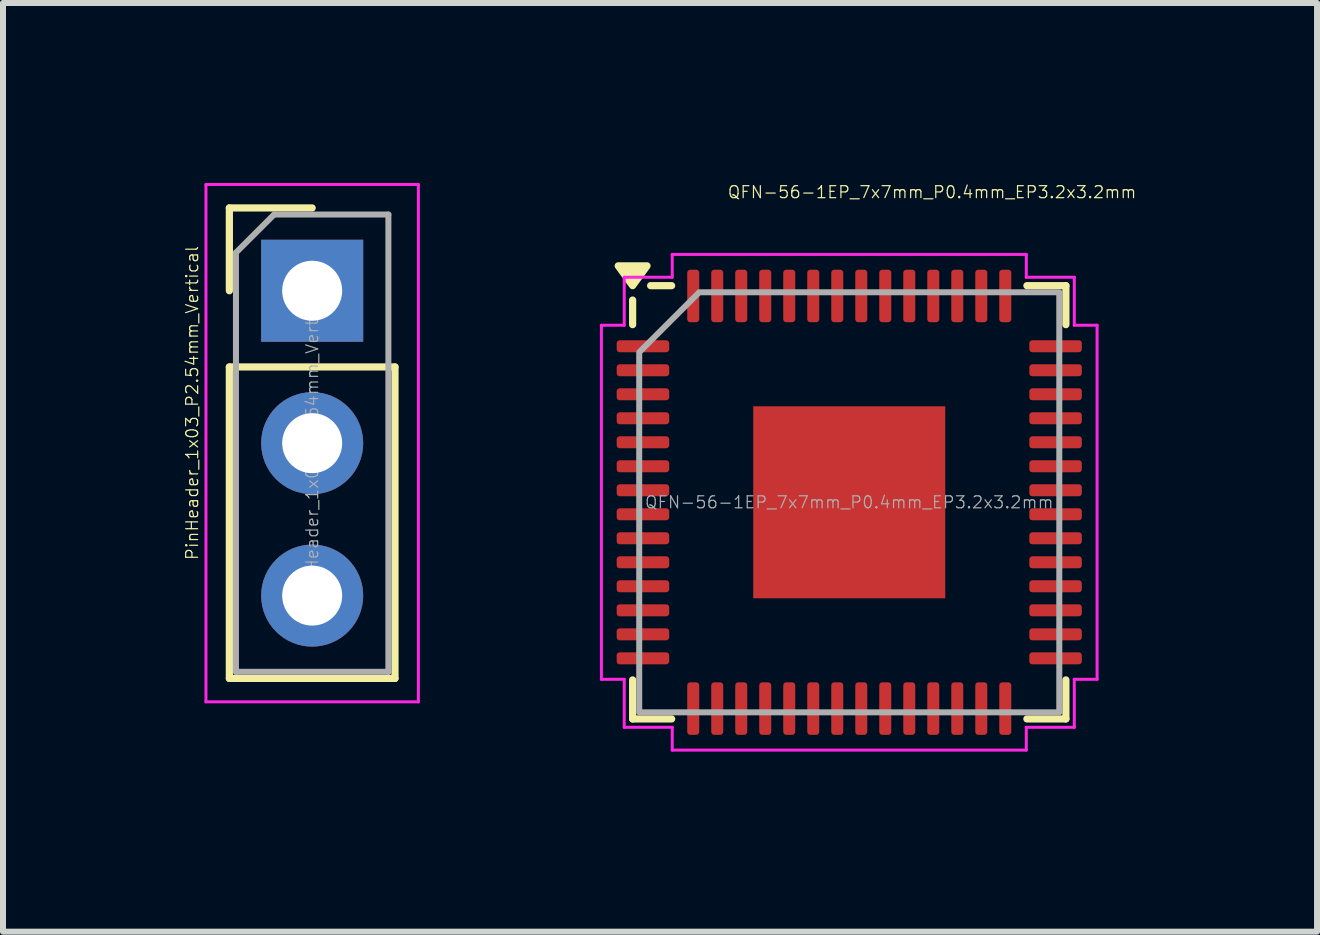
<source format=kicad_pcb>
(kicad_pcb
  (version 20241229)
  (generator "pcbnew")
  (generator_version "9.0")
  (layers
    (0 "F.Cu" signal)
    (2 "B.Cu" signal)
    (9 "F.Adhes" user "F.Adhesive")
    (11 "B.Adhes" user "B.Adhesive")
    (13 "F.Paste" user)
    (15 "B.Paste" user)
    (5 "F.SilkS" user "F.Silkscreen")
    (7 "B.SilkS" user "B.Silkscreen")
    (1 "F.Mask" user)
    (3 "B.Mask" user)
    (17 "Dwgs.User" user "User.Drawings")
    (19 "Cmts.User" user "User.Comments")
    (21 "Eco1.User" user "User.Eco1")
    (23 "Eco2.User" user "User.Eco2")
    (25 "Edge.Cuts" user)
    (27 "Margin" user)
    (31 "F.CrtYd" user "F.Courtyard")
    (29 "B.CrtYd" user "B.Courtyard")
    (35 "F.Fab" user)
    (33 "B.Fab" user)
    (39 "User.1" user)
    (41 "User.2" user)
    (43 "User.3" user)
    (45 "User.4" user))
  (footprint "PinHeader_1x03_P2.54mm_Vertical"
    (layer "F.Cu")
    (at 2.152 1.795)
    (property "Reference" "PinHeader_1x03_P2.54mm_Vertical" (at -2 1.87 270) (layer "F.SilkS") (effects (font (size 0.2 0.2) (thickness 0.02))))
    (attr through_hole)
    (fp_line (start -1.38 -1.38) (end 0 -1.38) (stroke (width 0.12) (type solid)) (layer "F.SilkS"))
    (fp_line (start -1.38 0) (end -1.38 -1.38) (stroke (width 0.12) (type solid)) (layer "F.SilkS"))
    (fp_line (start -1.38 1.27) (end -1.38 6.46) (stroke (width 0.12) (type solid)) (layer "F.SilkS"))
    (fp_line (start -1.38 1.27) (end 1.38 1.27) (stroke (width 0.12) (type solid)) (layer "F.SilkS"))
    (fp_line (start -1.38 6.46) (end 1.38 6.46) (stroke (width 0.12) (type solid)) (layer "F.SilkS"))
    (fp_line (start 1.38 1.27) (end 1.38 6.46) (stroke (width 0.12) (type solid)) (layer "F.SilkS"))
    (fp_line (start -1.77 -1.77) (end -1.77 6.85) (stroke (width 0.05) (type solid)) (layer "F.CrtYd"))
    (fp_line (start -1.77 6.85) (end 1.77 6.85) (stroke (width 0.05) (type solid)) (layer "F.CrtYd"))
    (fp_line (start 1.77 -1.77) (end -1.77 -1.77) (stroke (width 0.05) (type solid)) (layer "F.CrtYd"))
    (fp_line (start 1.77 6.85) (end 1.77 -1.77) (stroke (width 0.05) (type solid)) (layer "F.CrtYd"))
    (fp_line (start -1.27 -0.635) (end -0.635 -1.27) (stroke (width 0.1) (type solid)) (layer "F.Fab"))
    (fp_line (start -1.27 6.35) (end -1.27 -0.635) (stroke (width 0.1) (type solid)) (layer "F.Fab"))
    (fp_line (start -0.635 -1.27) (end 1.27 -1.27) (stroke (width 0.1) (type solid)) (layer "F.Fab"))
    (fp_line (start 1.27 -1.27) (end 1.27 6.35) (stroke (width 0.1) (type solid)) (layer "F.Fab"))
    (fp_line (start 1.27 6.35) (end -1.27 6.35) (stroke (width 0.1) (type solid)) (layer "F.Fab"))
    (fp_text user "${REFERENCE}" (at 0 2.54 90) (layer "F.Fab") (effects (font (size 0.2 0.2) (thickness 0.02))))
    (pad "1" thru_hole rect (at 0 0) (size 1.7 1.7) (drill 1) (layers "*.Cu" "*.Mask"))
    (pad "2" thru_hole circle (at 0 2.54) (size 1.7 1.7) (drill 1) (layers "*.Cu" "*.Mask"))
    (pad "3" thru_hole circle (at 0 5.08) (size 1.7 1.7) (drill 1) (layers "*.Cu" "*.Mask")))
  (footprint "QFN-56-1EP_7x7mm_P0.4mm_EP3.2x3.2mm"
    (layer "F.Cu")
    (at 11.102 5.32)
    (property "Reference" "QFN-56-1EP_7x7mm_P0.4mm_EP3.2x3.2mm" (at 1.38 -5.168 180) (layer "F.SilkS") (effects (font (size 0.2 0.2) (thickness 0.02))))
    (attr smd)
    (fp_line (start -3.61 -2.96) (end -3.61 -3.37) (stroke (width 0.12) (type solid)) (layer "F.SilkS"))
    (fp_line (start -3.61 3.61) (end -3.61 2.96) (stroke (width 0.12) (type solid)) (layer "F.SilkS"))
    (fp_line (start -2.96 -3.61) (end -3.31 -3.61) (stroke (width 0.12) (type solid)) (layer "F.SilkS"))
    (fp_line (start -2.96 3.61) (end -3.61 3.61) (stroke (width 0.12) (type solid)) (layer "F.SilkS"))
    (fp_line (start 2.96 -3.61) (end 3.61 -3.61) (stroke (width 0.12) (type solid)) (layer "F.SilkS"))
    (fp_line (start 2.96 3.61) (end 3.61 3.61) (stroke (width 0.12) (type solid)) (layer "F.SilkS"))
    (fp_line (start 3.61 -3.61) (end 3.61 -2.96) (stroke (width 0.12) (type solid)) (layer "F.SilkS"))
    (fp_line (start 3.61 3.61) (end 3.61 2.96) (stroke (width 0.12) (type solid)) (layer "F.SilkS"))
    (fp_poly (pts (xy -3.61 -3.61) (xy -3.85 -3.94) (xy -3.37 -3.94)) (stroke (width 0.12) (type solid)) (fill yes) (layer "F.SilkS"))
    (fp_line (start -4.13 -2.95) (end -3.75 -2.95) (stroke (width 0.05) (type solid)) (layer "F.CrtYd"))
    (fp_line (start -4.13 2.95) (end -4.13 -2.95) (stroke (width 0.05) (type solid)) (layer "F.CrtYd"))
    (fp_line (start -3.75 -3.75) (end -2.95 -3.75) (stroke (width 0.05) (type solid)) (layer "F.CrtYd"))
    (fp_line (start -3.75 -2.95) (end -3.75 -3.75) (stroke (width 0.05) (type solid)) (layer "F.CrtYd"))
    (fp_line (start -3.75 2.95) (end -4.13 2.95) (stroke (width 0.05) (type solid)) (layer "F.CrtYd"))
    (fp_line (start -3.75 3.75) (end -3.75 2.95) (stroke (width 0.05) (type solid)) (layer "F.CrtYd"))
    (fp_line (start -2.95 -4.13) (end 2.95 -4.13) (stroke (width 0.05) (type solid)) (layer "F.CrtYd"))
    (fp_line (start -2.95 -3.75) (end -2.95 -4.13) (stroke (width 0.05) (type solid)) (layer "F.CrtYd"))
    (fp_line (start -2.95 3.75) (end -3.75 3.75) (stroke (width 0.05) (type solid)) (layer "F.CrtYd"))
    (fp_line (start -2.95 4.13) (end -2.95 3.75) (stroke (width 0.05) (type solid)) (layer "F.CrtYd"))
    (fp_line (start 2.95 -4.13) (end 2.95 -3.75) (stroke (width 0.05) (type solid)) (layer "F.CrtYd"))
    (fp_line (start 2.95 -3.75) (end 3.75 -3.75) (stroke (width 0.05) (type solid)) (layer "F.CrtYd"))
    (fp_line (start 2.95 3.75) (end 2.95 4.13) (stroke (width 0.05) (type solid)) (layer "F.CrtYd"))
    (fp_line (start 2.95 4.13) (end -2.95 4.13) (stroke (width 0.05) (type solid)) (layer "F.CrtYd"))
    (fp_line (start 3.75 -3.75) (end 3.75 -2.95) (stroke (width 0.05) (type solid)) (layer "F.CrtYd"))
    (fp_line (start 3.75 -2.95) (end 4.13 -2.95) (stroke (width 0.05) (type solid)) (layer "F.CrtYd"))
    (fp_line (start 3.75 2.95) (end 3.75 3.75) (stroke (width 0.05) (type solid)) (layer "F.CrtYd"))
    (fp_line (start 3.75 3.75) (end 2.95 3.75) (stroke (width 0.05) (type solid)) (layer "F.CrtYd"))
    (fp_line (start 4.13 -2.95) (end 4.13 2.95) (stroke (width 0.05) (type solid)) (layer "F.CrtYd"))
    (fp_line (start 4.13 2.95) (end 3.75 2.95) (stroke (width 0.05) (type solid)) (layer "F.CrtYd"))
    (fp_poly (pts (xy -3.5 -2.5) (xy -3.5 3.5) (xy 3.5 3.5) (xy 3.5 -3.5) (xy -2.5 -3.5)) (stroke (width 0.1) (type solid)) (fill no) (layer "F.Fab"))
    (fp_text user "${REFERENCE}" (at 0 0 180) (layer "F.Fab") (effects (font (size 0.2 0.2) (thickness 0.02))))
    (pad "" smd roundrect (at -0.8 -0.8) (size 1.29 1.29) (layers "F.Paste") (roundrect_rratio 0.194))
    (pad "" smd roundrect (at -0.8 0.8) (size 1.29 1.29) (layers "F.Paste") (roundrect_rratio 0.194))
    (pad "" smd roundrect (at 0.8 -0.8) (size 1.29 1.29) (layers "F.Paste") (roundrect_rratio 0.194))
    (pad "" smd roundrect (at 0.8 0.8) (size 1.29 1.29) (layers "F.Paste") (roundrect_rratio 0.194))
    (pad "1" smd roundrect (at -3.438 -2.6) (size 0.875 0.2) (layers "F.Cu" "F.Mask" "F.Paste") (roundrect_rratio 0.25))
    (pad "2" smd roundrect (at -3.438 -2.2) (size 0.875 0.2) (layers "F.Cu" "F.Mask" "F.Paste") (roundrect_rratio 0.25))
    (pad "3" smd roundrect (at -3.438 -1.8) (size 0.875 0.2) (layers "F.Cu" "F.Mask" "F.Paste") (roundrect_rratio 0.25))
    (pad "4" smd roundrect (at -3.438 -1.4) (size 0.875 0.2) (layers "F.Cu" "F.Mask" "F.Paste") (roundrect_rratio 0.25))
    (pad "5" smd roundrect (at -3.438 -1) (size 0.875 0.2) (layers "F.Cu" "F.Mask" "F.Paste") (roundrect_rratio 0.25))
    (pad "6" smd roundrect (at -3.438 -0.6) (size 0.875 0.2) (layers "F.Cu" "F.Mask" "F.Paste") (roundrect_rratio 0.25))
    (pad "7" smd roundrect (at -3.438 -0.2) (size 0.875 0.2) (layers "F.Cu" "F.Mask" "F.Paste") (roundrect_rratio 0.25))
    (pad "8" smd roundrect (at -3.438 0.2) (size 0.875 0.2) (layers "F.Cu" "F.Mask" "F.Paste") (roundrect_rratio 0.25))
    (pad "9" smd roundrect (at -3.438 0.6) (size 0.875 0.2) (layers "F.Cu" "F.Mask" "F.Paste") (roundrect_rratio 0.25))
    (pad "10" smd roundrect (at -3.438 1) (size 0.875 0.2) (layers "F.Cu" "F.Mask" "F.Paste") (roundrect_rratio 0.25))
    (pad "11" smd roundrect (at -3.438 1.4) (size 0.875 0.2) (layers "F.Cu" "F.Mask" "F.Paste") (roundrect_rratio 0.25))
    (pad "12" smd roundrect (at -3.438 1.8) (size 0.875 0.2) (layers "F.Cu" "F.Mask" "F.Paste") (roundrect_rratio 0.25))
    (pad "13" smd roundrect (at -3.438 2.2) (size 0.875 0.2) (layers "F.Cu" "F.Mask" "F.Paste") (roundrect_rratio 0.25))
    (pad "14" smd roundrect (at -3.438 2.6) (size 0.875 0.2) (layers "F.Cu" "F.Mask" "F.Paste") (roundrect_rratio 0.25))
    (pad "15" smd roundrect (at -2.6 3.438) (size 0.2 0.875) (layers "F.Cu" "F.Mask" "F.Paste") (roundrect_rratio 0.25))
    (pad "16" smd roundrect (at -2.2 3.438) (size 0.2 0.875) (layers "F.Cu" "F.Mask" "F.Paste") (roundrect_rratio 0.25))
    (pad "17" smd roundrect (at -1.8 3.438) (size 0.2 0.875) (layers "F.Cu" "F.Mask" "F.Paste") (roundrect_rratio 0.25))
    (pad "18" smd roundrect (at -1.4 3.438) (size 0.2 0.875) (layers "F.Cu" "F.Mask" "F.Paste") (roundrect_rratio 0.25))
    (pad "19" smd roundrect (at -1 3.438) (size 0.2 0.875) (layers "F.Cu" "F.Mask" "F.Paste") (roundrect_rratio 0.25))
    (pad "20" smd roundrect (at -0.6 3.438) (size 0.2 0.875) (layers "F.Cu" "F.Mask" "F.Paste") (roundrect_rratio 0.25))
    (pad "21" smd roundrect (at -0.2 3.438) (size 0.2 0.875) (layers "F.Cu" "F.Mask" "F.Paste") (roundrect_rratio 0.25))
    (pad "22" smd roundrect (at 0.2 3.438) (size 0.2 0.875) (layers "F.Cu" "F.Mask" "F.Paste") (roundrect_rratio 0.25))
    (pad "23" smd roundrect (at 0.6 3.438) (size 0.2 0.875) (layers "F.Cu" "F.Mask" "F.Paste") (roundrect_rratio 0.25))
    (pad "24" smd roundrect (at 1 3.438) (size 0.2 0.875) (layers "F.Cu" "F.Mask" "F.Paste") (roundrect_rratio 0.25))
    (pad "25" smd roundrect (at 1.4 3.438) (size 0.2 0.875) (layers "F.Cu" "F.Mask" "F.Paste") (roundrect_rratio 0.25))
    (pad "26" smd roundrect (at 1.8 3.438) (size 0.2 0.875) (layers "F.Cu" "F.Mask" "F.Paste") (roundrect_rratio 0.25))
    (pad "27" smd roundrect (at 2.2 3.438) (size 0.2 0.875) (layers "F.Cu" "F.Mask" "F.Paste") (roundrect_rratio 0.25))
    (pad "28" smd roundrect (at 2.6 3.438) (size 0.2 0.875) (layers "F.Cu" "F.Mask" "F.Paste") (roundrect_rratio 0.25))
    (pad "29" smd roundrect (at 3.438 2.6) (size 0.875 0.2) (layers "F.Cu" "F.Mask" "F.Paste") (roundrect_rratio 0.25))
    (pad "30" smd roundrect (at 3.438 2.2) (size 0.875 0.2) (layers "F.Cu" "F.Mask" "F.Paste") (roundrect_rratio 0.25))
    (pad "31" smd roundrect (at 3.438 1.8) (size 0.875 0.2) (layers "F.Cu" "F.Mask" "F.Paste") (roundrect_rratio 0.25))
    (pad "32" smd roundrect (at 3.438 1.4) (size 0.875 0.2) (layers "F.Cu" "F.Mask" "F.Paste") (roundrect_rratio 0.25))
    (pad "33" smd roundrect (at 3.438 1) (size 0.875 0.2) (layers "F.Cu" "F.Mask" "F.Paste") (roundrect_rratio 0.25))
    (pad "34" smd roundrect (at 3.438 0.6) (size 0.875 0.2) (layers "F.Cu" "F.Mask" "F.Paste") (roundrect_rratio 0.25))
    (pad "35" smd roundrect (at 3.438 0.2) (size 0.875 0.2) (layers "F.Cu" "F.Mask" "F.Paste") (roundrect_rratio 0.25))
    (pad "36" smd roundrect (at 3.438 -0.2) (size 0.875 0.2) (layers "F.Cu" "F.Mask" "F.Paste") (roundrect_rratio 0.25))
    (pad "37" smd roundrect (at 3.438 -0.6) (size 0.875 0.2) (layers "F.Cu" "F.Mask" "F.Paste") (roundrect_rratio 0.25))
    (pad "38" smd roundrect (at 3.438 -1) (size 0.875 0.2) (layers "F.Cu" "F.Mask" "F.Paste") (roundrect_rratio 0.25))
    (pad "39" smd roundrect (at 3.438 -1.4) (size 0.875 0.2) (layers "F.Cu" "F.Mask" "F.Paste") (roundrect_rratio 0.25))
    (pad "40" smd roundrect (at 3.438 -1.8) (size 0.875 0.2) (layers "F.Cu" "F.Mask" "F.Paste") (roundrect_rratio 0.25))
    (pad "41" smd roundrect (at 3.438 -2.2) (size 0.875 0.2) (layers "F.Cu" "F.Mask" "F.Paste") (roundrect_rratio 0.25))
    (pad "42" smd roundrect (at 3.438 -2.6) (size 0.875 0.2) (layers "F.Cu" "F.Mask" "F.Paste") (roundrect_rratio 0.25))
    (pad "43" smd roundrect (at 2.6 -3.438) (size 0.2 0.875) (layers "F.Cu" "F.Mask" "F.Paste") (roundrect_rratio 0.25))
    (pad "44" smd roundrect (at 2.2 -3.438) (size 0.2 0.875) (layers "F.Cu" "F.Mask" "F.Paste") (roundrect_rratio 0.25))
    (pad "45" smd roundrect (at 1.8 -3.438) (size 0.2 0.875) (layers "F.Cu" "F.Mask" "F.Paste") (roundrect_rratio 0.25))
    (pad "46" smd roundrect (at 1.4 -3.438) (size 0.2 0.875) (layers "F.Cu" "F.Mask" "F.Paste") (roundrect_rratio 0.25))
    (pad "47" smd roundrect (at 1 -3.438) (size 0.2 0.875) (layers "F.Cu" "F.Mask" "F.Paste") (roundrect_rratio 0.25))
    (pad "48" smd roundrect (at 0.6 -3.438) (size 0.2 0.875) (layers "F.Cu" "F.Mask" "F.Paste") (roundrect_rratio 0.25))
    (pad "49" smd roundrect (at 0.2 -3.438) (size 0.2 0.875) (layers "F.Cu" "F.Mask" "F.Paste") (roundrect_rratio 0.25))
    (pad "50" smd roundrect (at -0.2 -3.438) (size 0.2 0.875) (layers "F.Cu" "F.Mask" "F.Paste") (roundrect_rratio 0.25))
    (pad "51" smd roundrect (at -0.6 -3.438) (size 0.2 0.875) (layers "F.Cu" "F.Mask" "F.Paste") (roundrect_rratio 0.25))
    (pad "52" smd roundrect (at -1 -3.438) (size 0.2 0.875) (layers "F.Cu" "F.Mask" "F.Paste") (roundrect_rratio 0.25))
    (pad "53" smd roundrect (at -1.4 -3.438) (size 0.2 0.875) (layers "F.Cu" "F.Mask" "F.Paste") (roundrect_rratio 0.25))
    (pad "54" smd roundrect (at -1.8 -3.438) (size 0.2 0.875) (layers "F.Cu" "F.Mask" "F.Paste") (roundrect_rratio 0.25))
    (pad "55" smd roundrect (at -2.2 -3.438) (size 0.2 0.875) (layers "F.Cu" "F.Mask" "F.Paste") (roundrect_rratio 0.25))
    (pad "56" smd roundrect (at -2.6 -3.438) (size 0.2 0.875) (layers "F.Cu" "F.Mask" "F.Paste") (roundrect_rratio 0.25))
    (pad "57" smd rect (at 0 0) (size 3.2 3.2) (property pad_prop_heatsink) (layers "F.Cu" "F.Mask")))
  (gr_rect
    (start -3 -3)
    (end 18.897 12.475)
    (stroke (width 0.1) (type default))
    (fill no)
    (layer "Edge.Cuts")))
</source>
